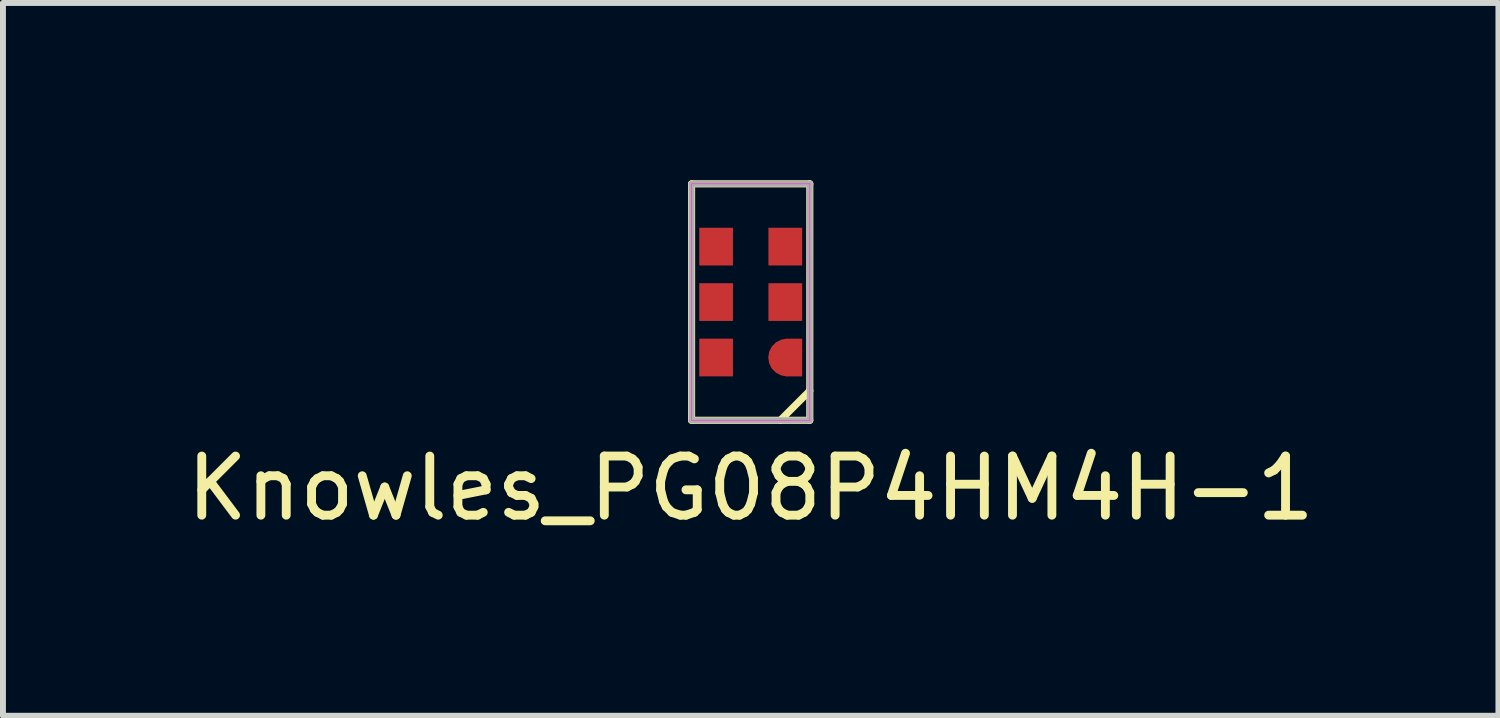
<source format=kicad_pcb>
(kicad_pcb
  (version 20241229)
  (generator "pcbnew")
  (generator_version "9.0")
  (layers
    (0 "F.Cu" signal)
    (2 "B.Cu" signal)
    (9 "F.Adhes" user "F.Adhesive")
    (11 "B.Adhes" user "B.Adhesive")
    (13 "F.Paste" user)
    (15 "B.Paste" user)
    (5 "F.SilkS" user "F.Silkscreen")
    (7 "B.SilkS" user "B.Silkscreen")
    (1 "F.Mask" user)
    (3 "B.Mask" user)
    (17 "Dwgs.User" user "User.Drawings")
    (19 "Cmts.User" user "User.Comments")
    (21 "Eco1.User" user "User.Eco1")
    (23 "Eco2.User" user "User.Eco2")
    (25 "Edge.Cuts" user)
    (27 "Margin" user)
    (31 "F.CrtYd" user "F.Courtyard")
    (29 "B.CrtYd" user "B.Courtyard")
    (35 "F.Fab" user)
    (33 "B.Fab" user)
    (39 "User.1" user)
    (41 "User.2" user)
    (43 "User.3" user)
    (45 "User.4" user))
  (footprint "Knowles_PG08P4HM4H-1"
    (layer "F.Cu")
    (at 9.649 2.06)
    (property "Reference" "Knowles_PG08P4HM4H-1" (at 0 3.15 0) (layer "F.SilkS") (effects (font (size 1 1) (thickness 0.15))))
    (attr through_hole)
    (fp_line (start -1 -2) (end -1 2) (stroke (width 0.12) (type solid)) (layer "F.SilkS"))
    (fp_line (start -1 -2) (end 1 -2) (stroke (width 0.12) (type solid)) (layer "F.SilkS"))
    (fp_line (start -1 2) (end 1 2) (stroke (width 0.12) (type solid)) (layer "F.SilkS"))
    (fp_line (start 0.5 2) (end 1 1.5) (stroke (width 0.12) (type solid)) (layer "F.SilkS"))
    (fp_line (start 1 -2) (end 1 2) (stroke (width 0.12) (type solid)) (layer "F.SilkS"))
    (fp_line (start -1 -2) (end -1 2) (stroke (width 0.01) (type solid)) (layer "F.CrtYd"))
    (fp_line (start -1 -2) (end 1 -2) (stroke (width 0.01) (type solid)) (layer "F.CrtYd"))
    (fp_line (start -1 2) (end 1 2) (stroke (width 0.01) (type solid)) (layer "F.CrtYd"))
    (fp_line (start 1 -2) (end 1 2) (stroke (width 0.01) (type solid)) (layer "F.CrtYd"))
    (fp_line (start -1 -2) (end -1 2) (stroke (width 0.1) (type solid)) (layer "F.Fab"))
    (fp_line (start -1 -2) (end 1 -2) (stroke (width 0.1) (type solid)) (layer "F.Fab"))
    (fp_line (start -1 2) (end 1 2) (stroke (width 0.1) (type solid)) (layer "F.Fab"))
    (fp_line (start 1 -2) (end 1 2) (stroke (width 0.1) (type solid)) (layer "F.Fab"))
    (pad "1" smd custom (at 0.585 0.938) (size 0.3 0.3) (layers "F.Cu" "F.Mask" "F.Paste") (options (anchor rect)) (primitives (gr_poly (pts (xy 0.285 0.319) (xy 0.285 -0.319) (xy 0 -0.319) (xy 0 0.319)) (width 0) (fill yes)) (gr_arc (start 0.031 0.269) (mid -0.238 0) (end 0.031 -0.269) (width 0.1)) (gr_circle (center 0 0) (end 0.285 0) (width 0) (fill yes))))
    (pad "2" smd rect (at -0.585 0.938) (size 0.57 0.638) (layers "F.Cu" "F.Mask" "F.Paste"))
    (pad "3" smd rect (at 0.585 0) (size 0.57 0.638) (layers "F.Cu" "F.Mask" "F.Paste"))
    (pad "4" smd rect (at -0.585 0) (size 0.57 0.638) (layers "F.Cu" "F.Mask" "F.Paste"))
    (pad "5" smd rect (at 0.585 -0.938) (size 0.57 0.638) (layers "F.Cu" "F.Mask" "F.Paste"))
    (pad "6" smd rect (at -0.585 -0.938) (size 0.57 0.638) (layers "F.Cu" "F.Mask" "F.Paste")))
  (gr_rect
    (start -3 -3)
    (end 22.298 9.058)
    (stroke (width 0.1) (type default))
    (fill no)
    (layer "Edge.Cuts")))
</source>
